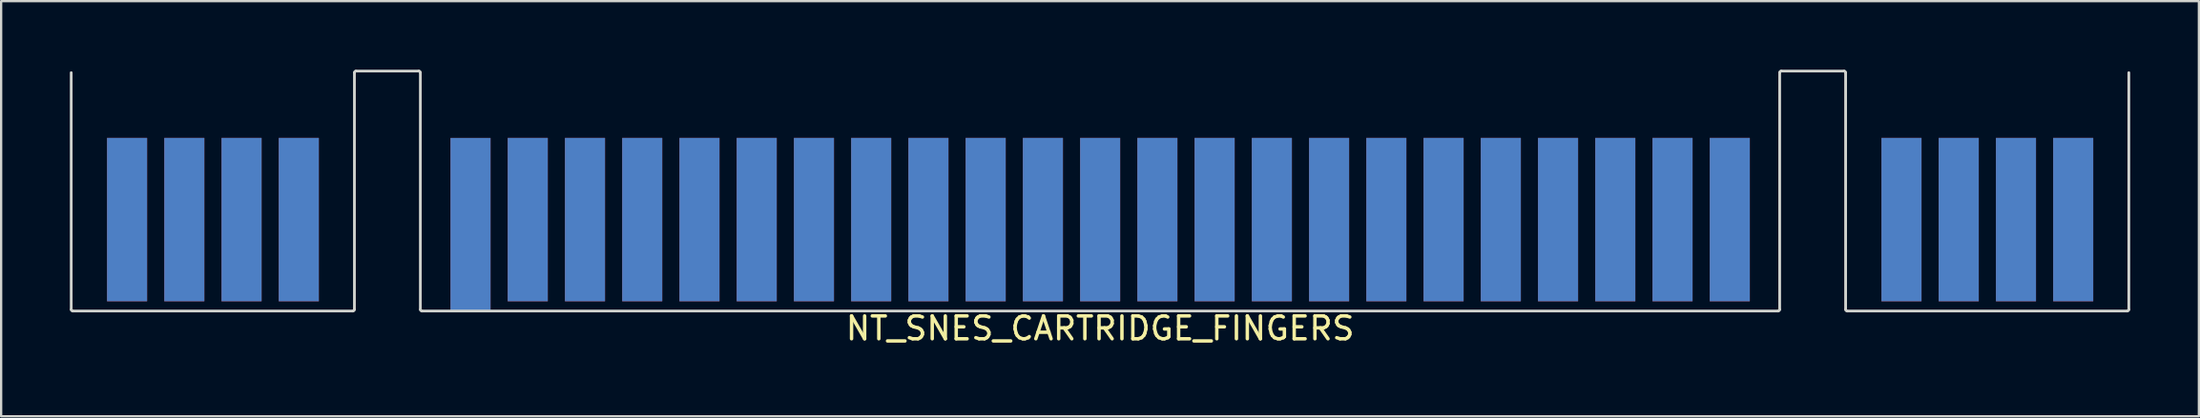
<source format=kicad_pcb>
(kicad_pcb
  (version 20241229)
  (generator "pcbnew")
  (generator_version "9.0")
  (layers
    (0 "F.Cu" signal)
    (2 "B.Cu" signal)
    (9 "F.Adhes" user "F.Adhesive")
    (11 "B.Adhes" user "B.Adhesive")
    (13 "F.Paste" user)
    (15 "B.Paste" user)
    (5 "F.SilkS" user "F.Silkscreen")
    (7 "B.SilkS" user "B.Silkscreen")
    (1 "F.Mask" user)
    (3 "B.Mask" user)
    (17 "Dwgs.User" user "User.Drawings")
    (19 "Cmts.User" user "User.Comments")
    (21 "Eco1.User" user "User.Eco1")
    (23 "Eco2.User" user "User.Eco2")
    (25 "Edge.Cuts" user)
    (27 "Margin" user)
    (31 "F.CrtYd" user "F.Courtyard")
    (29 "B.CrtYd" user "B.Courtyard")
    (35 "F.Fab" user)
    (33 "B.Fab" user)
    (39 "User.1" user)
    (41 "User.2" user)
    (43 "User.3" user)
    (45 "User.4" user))
  (footprint "NT_SNES_CARTRIDGE_FINGERS"
    (layer "F.Cu")
    (at 45 6.56)
    (property "Reference" "NT_SNES_CARTRIDGE_FINGERS" (at 0 4.76 0) (unlocked yes) (layer "F.SilkS") (effects (font (size 1 1) (thickness 0.15))))
    (attr smd exclude_from_pos_files exclude_from_bom)
    (fp_line (start -44.94 3.93) (end -44.94 -6.43) (stroke (width 0.12) (type default)) (layer "Edge.Cuts"))
    (fp_line (start -44.87 4) (end -32.64 4) (stroke (width 0.12) (type default)) (layer "Edge.Cuts"))
    (fp_line (start -32.57 3.93) (end -32.57 -6.43) (stroke (width 0.12) (type default)) (layer "Edge.Cuts"))
    (fp_line (start -32.5 -6.5) (end -29.76 -6.5) (stroke (width 0.12) (type default)) (layer "Edge.Cuts"))
    (fp_line (start -29.69 3.93) (end -29.69 -6.43) (stroke (width 0.12) (type default)) (layer "Edge.Cuts"))
    (fp_line (start -29.62 4) (end 29.61 4) (stroke (width 0.12) (type default)) (layer "Edge.Cuts"))
    (fp_line (start 29.68 3.93) (end 29.68 -6.43) (stroke (width 0.12) (type default)) (layer "Edge.Cuts"))
    (fp_line (start 29.75 -6.5) (end 32.49 -6.5) (stroke (width 0.12) (type default)) (layer "Edge.Cuts"))
    (fp_line (start 32.56 3.93) (end 32.56 -6.43) (stroke (width 0.12) (type default)) (layer "Edge.Cuts"))
    (fp_line (start 32.63 4) (end 44.86 4) (stroke (width 0.12) (type default)) (layer "Edge.Cuts"))
    (fp_line (start 44.93 3.93) (end 44.93 -6.43) (stroke (width 0.12) (type default)) (layer "Edge.Cuts"))
    (fp_arc (start -44.87 4) (mid -44.919497 3.979497) (end -44.94 3.93) (stroke (width 0.12) (type default)) (layer "Edge.Cuts"))
    (fp_arc (start -32.57 -6.43) (mid -32.549497 -6.479497) (end -32.5 -6.5) (stroke (width 0.12) (type default)) (layer "Edge.Cuts"))
    (fp_arc (start -32.57 3.93) (mid -32.590504 3.979494) (end -32.64 4) (stroke (width 0.12) (type default)) (layer "Edge.Cuts"))
    (fp_arc (start -29.76 -6.5) (mid -29.710503 -6.479497) (end -29.69 -6.43) (stroke (width 0.12) (type default)) (layer "Edge.Cuts"))
    (fp_arc (start -29.62 4) (mid -29.669497 3.979497) (end -29.69 3.93) (stroke (width 0.12) (type default)) (layer "Edge.Cuts"))
    (fp_arc (start 29.68 -6.43) (mid 29.700503 -6.479497) (end 29.75 -6.5) (stroke (width 0.12) (type default)) (layer "Edge.Cuts"))
    (fp_arc (start 29.68 3.93) (mid 29.659497 3.979497) (end 29.61 4) (stroke (width 0.12) (type default)) (layer "Edge.Cuts"))
    (fp_arc (start 32.49 -6.5) (mid 32.539497 -6.479497) (end 32.56 -6.43) (stroke (width 0.12) (type default)) (layer "Edge.Cuts"))
    (fp_arc (start 32.63 4) (mid 32.580503 3.979497) (end 32.56 3.93) (stroke (width 0.12) (type default)) (layer "Edge.Cuts"))
    (fp_arc (start 44.93 3.93) (mid 44.909497 3.979497) (end 44.86 4) (stroke (width 0.12) (type default)) (layer "Edge.Cuts"))
    (pad "1" connect rect (at -42.5 0) (size 1.75 7.15) (layers "F.Cu" "F.Mask"))
    (pad "2" connect rect (at -40 0) (size 1.75 7.15) (layers "F.Cu" "F.Mask"))
    (pad "3" connect rect (at -37.5 0) (size 1.75 7.15) (layers "F.Cu" "F.Mask"))
    (pad "4" connect rect (at -35 0) (size 1.75 7.15) (layers "F.Cu" "F.Mask"))
    (pad "5" connect rect (at -27.5 0.242) (size 1.75 7.63) (layers "F.Cu" "F.Mask"))
    (pad "6" connect rect (at -25 0) (size 1.75 7.15) (layers "F.Cu" "F.Mask"))
    (pad "7" connect rect (at -22.5 0) (size 1.75 7.15) (layers "F.Cu" "F.Mask"))
    (pad "8" connect rect (at -20 0) (size 1.75 7.15) (layers "F.Cu" "F.Mask"))
    (pad "9" connect rect (at -17.5 0) (size 1.75 7.15) (layers "F.Cu" "F.Mask"))
    (pad "10" connect rect (at -15 0) (size 1.75 7.15) (layers "F.Cu" "F.Mask"))
    (pad "11" connect rect (at -12.5 0) (size 1.75 7.15) (layers "F.Cu" "F.Mask"))
    (pad "12" connect rect (at -10 0) (size 1.75 7.15) (layers "F.Cu" "F.Mask"))
    (pad "13" connect rect (at -7.5 0) (size 1.75 7.15) (layers "F.Cu" "F.Mask"))
    (pad "14" connect rect (at -5 0) (size 1.75 7.15) (layers "F.Cu" "F.Mask"))
    (pad "15" connect rect (at -2.5 0) (size 1.75 7.15) (layers "F.Cu" "F.Mask"))
    (pad "16" connect rect (at 0 0) (size 1.75 7.15) (layers "F.Cu" "F.Mask"))
    (pad "17" connect rect (at 2.5 0) (size 1.75 7.15) (layers "F.Cu" "F.Mask"))
    (pad "18" connect rect (at 5 0) (size 1.75 7.15) (layers "F.Cu" "F.Mask"))
    (pad "19" connect rect (at 7.5 0) (size 1.75 7.15) (layers "F.Cu" "F.Mask"))
    (pad "20" connect rect (at 10 0) (size 1.75 7.15) (layers "F.Cu" "F.Mask"))
    (pad "21" connect rect (at 12.5 0) (size 1.75 7.15) (layers "F.Cu" "F.Mask"))
    (pad "22" connect rect (at 15 0) (size 1.75 7.15) (layers "F.Cu" "F.Mask"))
    (pad "23" connect rect (at 17.5 0) (size 1.75 7.15) (layers "F.Cu" "F.Mask"))
    (pad "24" connect rect (at 20 0) (size 1.75 7.15) (layers "F.Cu" "F.Mask"))
    (pad "25" connect rect (at 22.5 0) (size 1.75 7.15) (layers "F.Cu" "F.Mask"))
    (pad "26" connect rect (at 25 0) (size 1.75 7.15) (layers "F.Cu" "F.Mask"))
    (pad "27" connect rect (at 27.5 0) (size 1.75 7.15) (layers "F.Cu" "F.Mask"))
    (pad "28" connect rect (at 35 0) (size 1.75 7.15) (layers "F.Cu" "F.Mask"))
    (pad "29" connect rect (at 37.5 0) (size 1.75 7.15) (layers "F.Cu" "F.Mask"))
    (pad "30" connect rect (at 40 0) (size 1.75 7.15) (layers "F.Cu" "F.Mask"))
    (pad "31" connect rect (at 42.5 0) (size 1.75 7.15) (layers "F.Cu" "F.Mask"))
    (pad "32" connect rect (at -42.5 0) (size 1.75 7.15) (layers "B.Cu" "B.Mask"))
    (pad "33" connect rect (at -40 0) (size 1.75 7.15) (layers "B.Cu" "B.Mask"))
    (pad "34" connect rect (at -37.5 0) (size 1.75 7.15) (layers "B.Cu" "B.Mask"))
    (pad "35" connect rect (at -35 0) (size 1.75 7.15) (layers "B.Cu" "B.Mask"))
    (pad "36" connect rect (at -27.5 0.242) (size 1.75 7.63) (layers "B.Cu" "B.Mask"))
    (pad "37" connect rect (at -25 0) (size 1.75 7.15) (layers "B.Cu" "B.Mask"))
    (pad "38" connect rect (at -22.5 0) (size 1.75 7.15) (layers "B.Cu" "B.Mask"))
    (pad "39" connect rect (at -20 0) (size 1.75 7.15) (layers "B.Cu" "B.Mask"))
    (pad "40" connect rect (at -17.5 0) (size 1.75 7.15) (layers "B.Cu" "B.Mask"))
    (pad "41" connect rect (at -15 0) (size 1.75 7.15) (layers "B.Cu" "B.Mask"))
    (pad "42" connect rect (at -12.5 0) (size 1.75 7.15) (layers "B.Cu" "B.Mask"))
    (pad "43" connect rect (at -10 0) (size 1.75 7.15) (layers "B.Cu" "B.Mask"))
    (pad "44" connect rect (at -7.5 0) (size 1.75 7.15) (layers "B.Cu" "B.Mask"))
    (pad "45" connect rect (at -5 0) (size 1.75 7.15) (layers "B.Cu" "B.Mask"))
    (pad "46" connect rect (at -2.5 0) (size 1.75 7.15) (layers "B.Cu" "B.Mask"))
    (pad "47" connect rect (at 0 0) (size 1.75 7.15) (layers "B.Cu" "B.Mask"))
    (pad "48" connect rect (at 2.5 0) (size 1.75 7.15) (layers "B.Cu" "B.Mask"))
    (pad "49" connect rect (at 5 0) (size 1.75 7.15) (layers "B.Cu" "B.Mask"))
    (pad "50" connect rect (at 7.5 0) (size 1.75 7.15) (layers "B.Cu" "B.Mask"))
    (pad "51" connect rect (at 10 0) (size 1.75 7.15) (layers "B.Cu" "B.Mask"))
    (pad "52" connect rect (at 12.5 0) (size 1.75 7.15) (layers "B.Cu" "B.Mask"))
    (pad "53" connect rect (at 15 0) (size 1.75 7.15) (layers "B.Cu" "B.Mask"))
    (pad "54" connect rect (at 17.5 0) (size 1.75 7.15) (layers "B.Cu" "B.Mask"))
    (pad "55" connect rect (at 20 0) (size 1.75 7.15) (layers "B.Cu" "B.Mask"))
    (pad "56" connect rect (at 22.5 0) (size 1.75 7.15) (layers "B.Cu" "B.Mask"))
    (pad "57" connect rect (at 25 0) (size 1.75 7.15) (layers "B.Cu" "B.Mask"))
    (pad "58" connect rect (at 27.5 0) (size 1.75 7.15) (layers "B.Cu" "B.Mask"))
    (pad "59" connect rect (at 35 0) (size 1.75 7.15) (layers "B.Cu" "B.Mask"))
    (pad "60" connect rect (at 37.5 0) (size 1.75 7.15) (layers "B.Cu" "B.Mask"))
    (pad "61" connect rect (at 40 0) (size 1.75 7.15) (layers "B.Cu" "B.Mask"))
    (pad "62" connect rect (at 42.5 0) (size 1.75 7.15) (layers "B.Cu" "B.Mask")))
  (gr_rect
    (start -3 -3)
    (end 92.99 15.168)
    (stroke (width 0.1) (type default))
    (fill no)
    (layer "Edge.Cuts")))
</source>
